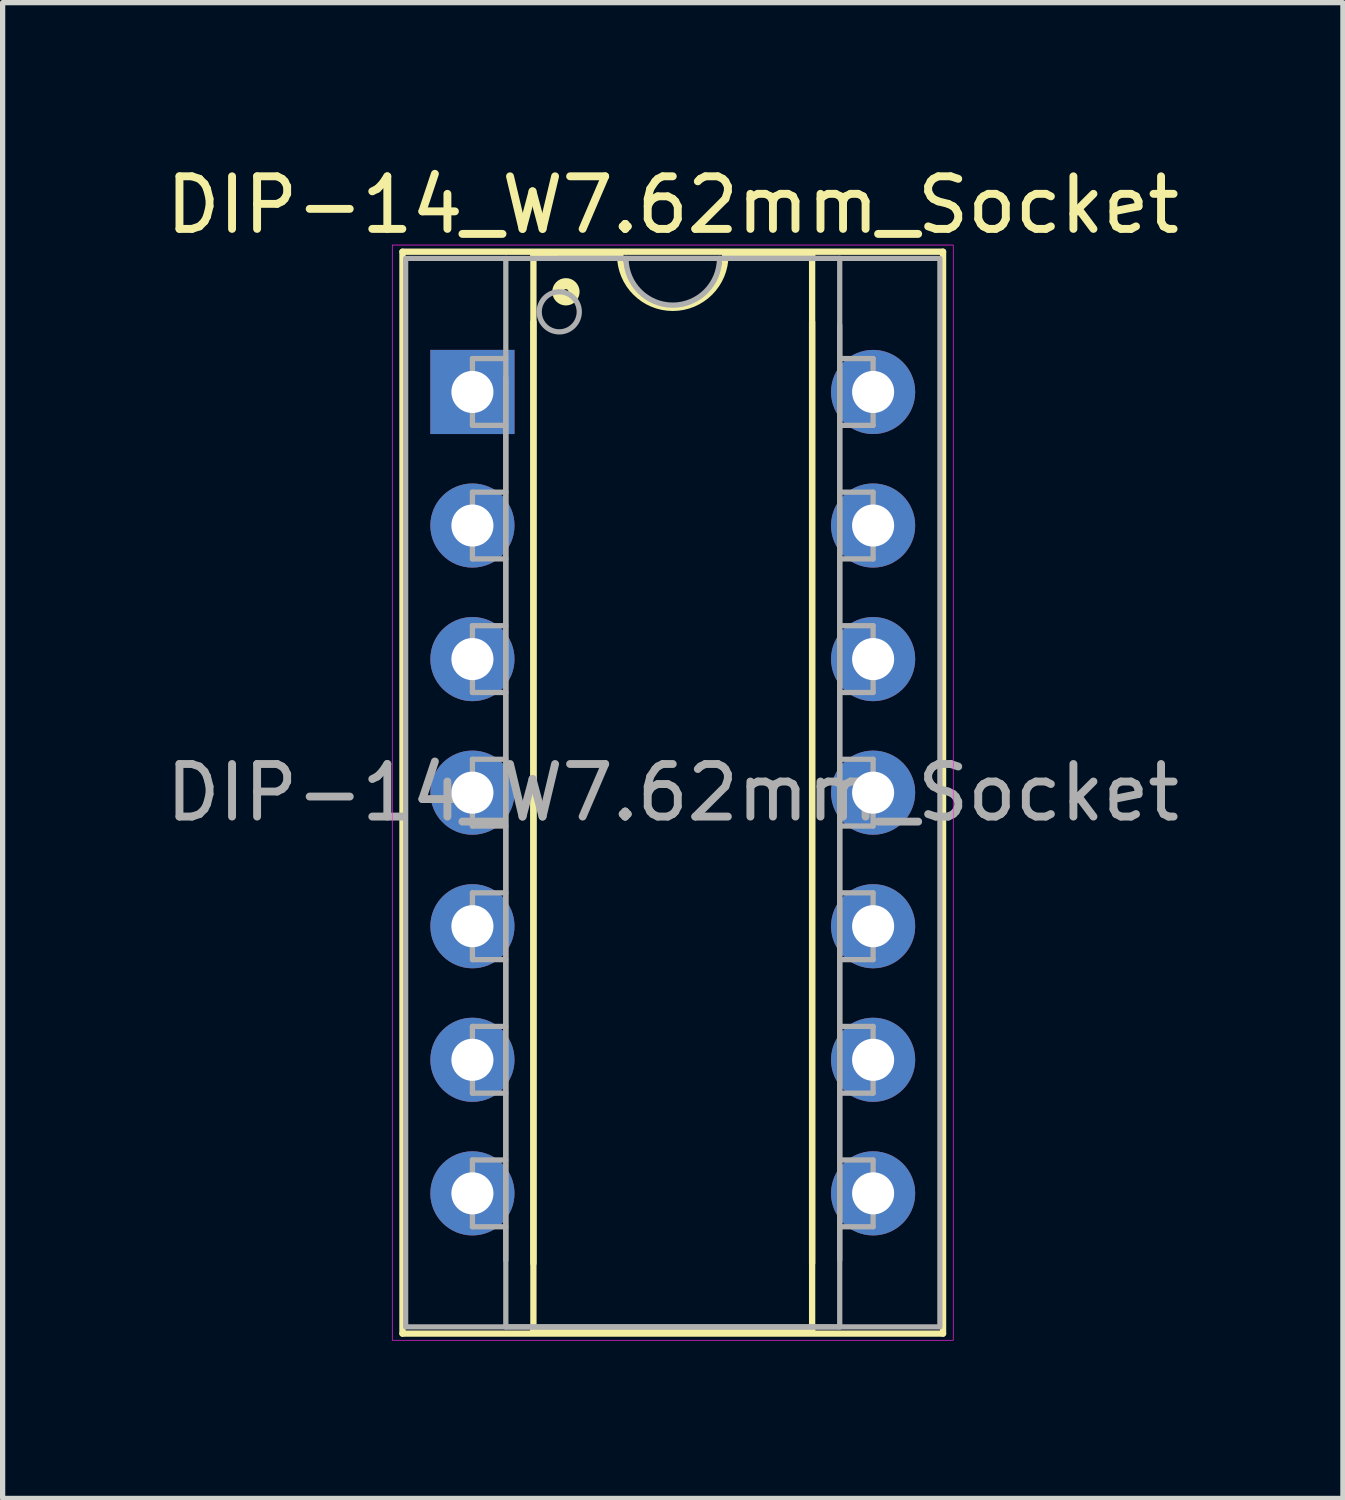
<source format=kicad_pcb>
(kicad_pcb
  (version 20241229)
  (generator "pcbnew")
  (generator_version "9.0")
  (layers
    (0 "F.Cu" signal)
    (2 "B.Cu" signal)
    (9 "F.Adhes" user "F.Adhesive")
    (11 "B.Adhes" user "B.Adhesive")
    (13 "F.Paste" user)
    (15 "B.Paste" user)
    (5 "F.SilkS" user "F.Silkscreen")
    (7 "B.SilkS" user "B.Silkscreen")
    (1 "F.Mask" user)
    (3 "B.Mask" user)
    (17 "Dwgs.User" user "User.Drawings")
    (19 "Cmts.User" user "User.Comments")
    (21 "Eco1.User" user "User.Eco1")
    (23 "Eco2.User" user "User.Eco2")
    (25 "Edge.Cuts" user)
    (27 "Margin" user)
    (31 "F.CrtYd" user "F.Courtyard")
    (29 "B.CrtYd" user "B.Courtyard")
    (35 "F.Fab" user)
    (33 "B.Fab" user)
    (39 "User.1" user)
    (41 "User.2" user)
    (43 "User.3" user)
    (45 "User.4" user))
  (footprint "DIP-14_W7.62mm_Socket"
    (layer "F.Cu")
    (at 5.934 4.404)
    (property "Reference" "DIP-14_W7.62mm_Socket" (at 3.81 -3.556 0) (layer "F.SilkS") (effects (font (size 1 1) (thickness 0.15))))
    (attr through_hole)
    (fp_line (start -1.33 -2.667) (end -1.33 17.907) (stroke (width 0.12) (type solid)) (layer "F.SilkS"))
    (fp_line (start -1.33 17.907) (end 8.95 17.907) (stroke (width 0.12) (type solid)) (layer "F.SilkS"))
    (fp_line (start 1.16 -2.6) (end 1.16 17.84) (stroke (width 0.12) (type solid)) (layer "F.SilkS"))
    (fp_line (start 1.16 -1.33) (end 1.16 16.57) (stroke (width 0.12) (type solid)) (layer "F.SilkS"))
    (fp_line (start 1.16 17.84) (end 6.46 17.84) (stroke (width 0.12) (type solid)) (layer "F.SilkS"))
    (fp_line (start 2.81 -2.6) (end 1.16 -2.6) (stroke (width 0.12) (type solid)) (layer "F.SilkS"))
    (fp_line (start 6.46 -2.6) (end 4.81 -2.6) (stroke (width 0.12) (type solid)) (layer "F.SilkS"))
    (fp_line (start 6.46 16.57) (end 6.46 -1.33) (stroke (width 0.12) (type solid)) (layer "F.SilkS"))
    (fp_line (start 6.46 17.84) (end 6.46 -2.6) (stroke (width 0.12) (type solid)) (layer "F.SilkS"))
    (fp_line (start 8.95 -2.667) (end -1.33 -2.667) (stroke (width 0.12) (type solid)) (layer "F.SilkS"))
    (fp_line (start 8.95 17.907) (end 8.95 -2.667) (stroke (width 0.12) (type solid)) (layer "F.SilkS"))
    (fp_arc (start 4.81 -2.6) (mid 3.81 -1.6) (end 2.81 -2.6) (stroke (width 0.12) (type solid)) (layer "F.SilkS"))
    (fp_circle (center 1.778 -1.905) (end 1.828 -1.905) (stroke (width 0.12) (type solid)) (fill no) (layer "F.SilkS"))
    (fp_circle (center 1.778 -1.905) (end 1.903 -1.905) (stroke (width 0.12) (type solid)) (fill no) (layer "F.SilkS"))
    (fp_circle (center 1.778 -1.905) (end 1.978 -1.905) (stroke (width 0.12) (type solid)) (fill no) (layer "F.SilkS"))
    (fp_rect (start -1.524 -2.794) (end 9.144 18.034) (stroke (width 0.013) (type solid)) (fill no) (layer "F.CrtYd"))
    (fp_line (start 0 -0.635) (end 0 0.635) (stroke (width 0.1) (type solid)) (layer "F.Fab"))
    (fp_line (start 0 -0.635) (end 0.635 -0.635) (stroke (width 0.1) (type solid)) (layer "F.Fab"))
    (fp_line (start 0 0.635) (end 0.635 0.635) (stroke (width 0.1) (type solid)) (layer "F.Fab"))
    (fp_line (start 0 1.905) (end 0 3.175) (stroke (width 0.1) (type solid)) (layer "F.Fab"))
    (fp_line (start 0 1.905) (end 0.635 1.905) (stroke (width 0.1) (type solid)) (layer "F.Fab"))
    (fp_line (start 0 3.175) (end 0.635 3.175) (stroke (width 0.1) (type solid)) (layer "F.Fab"))
    (fp_line (start 0 4.445) (end 0 5.715) (stroke (width 0.1) (type solid)) (layer "F.Fab"))
    (fp_line (start 0 4.445) (end 0.635 4.445) (stroke (width 0.1) (type solid)) (layer "F.Fab"))
    (fp_line (start 0 5.715) (end 0.635 5.715) (stroke (width 0.1) (type solid)) (layer "F.Fab"))
    (fp_line (start 0 6.985) (end 0 8.255) (stroke (width 0.1) (type solid)) (layer "F.Fab"))
    (fp_line (start 0 6.985) (end 0.635 6.985) (stroke (width 0.1) (type solid)) (layer "F.Fab"))
    (fp_line (start 0 8.255) (end 0.635 8.255) (stroke (width 0.1) (type solid)) (layer "F.Fab"))
    (fp_line (start 0 9.525) (end 0 10.795) (stroke (width 0.1) (type solid)) (layer "F.Fab"))
    (fp_line (start 0 9.525) (end 0.635 9.525) (stroke (width 0.1) (type solid)) (layer "F.Fab"))
    (fp_line (start 0 10.795) (end 0.635 10.795) (stroke (width 0.1) (type solid)) (layer "F.Fab"))
    (fp_line (start 0 12.065) (end 0 13.335) (stroke (width 0.1) (type solid)) (layer "F.Fab"))
    (fp_line (start 0 12.065) (end 0.635 12.065) (stroke (width 0.1) (type solid)) (layer "F.Fab"))
    (fp_line (start 0 13.335) (end 0.635 13.335) (stroke (width 0.1) (type solid)) (layer "F.Fab"))
    (fp_line (start 0 14.605) (end 0 15.875) (stroke (width 0.1) (type solid)) (layer "F.Fab"))
    (fp_line (start 0 14.605) (end 0.635 14.605) (stroke (width 0.1) (type solid)) (layer "F.Fab"))
    (fp_line (start 0 15.875) (end 0.635 15.875) (stroke (width 0.1) (type solid)) (layer "F.Fab"))
    (fp_line (start 0.635 16.51) (end 0.635 -0.27) (stroke (width 0.1) (type solid)) (layer "F.Fab"))
    (fp_line (start 0.635 17.78) (end 0.635 -2.54) (stroke (width 0.1) (type solid)) (layer "F.Fab"))
    (fp_line (start 1.635 -2.54) (end 6.985 -2.54) (stroke (width 0.1) (type solid)) (layer "F.Fab"))
    (fp_line (start 6.985 -2.54) (end 6.985 17.78) (stroke (width 0.1) (type solid)) (layer "F.Fab"))
    (fp_line (start 6.985 -1.27) (end 6.985 16.51) (stroke (width 0.1) (type solid)) (layer "F.Fab"))
    (fp_line (start 6.985 17.78) (end 0.635 17.78) (stroke (width 0.1) (type solid)) (layer "F.Fab"))
    (fp_line (start 7.62 -0.635) (end 6.985 -0.635) (stroke (width 0.1) (type solid)) (layer "F.Fab"))
    (fp_line (start 7.62 0.635) (end 6.985 0.635) (stroke (width 0.1) (type solid)) (layer "F.Fab"))
    (fp_line (start 7.62 0.635) (end 7.62 -0.635) (stroke (width 0.1) (type solid)) (layer "F.Fab"))
    (fp_line (start 7.62 1.905) (end 6.985 1.905) (stroke (width 0.1) (type solid)) (layer "F.Fab"))
    (fp_line (start 7.62 3.175) (end 6.985 3.175) (stroke (width 0.1) (type solid)) (layer "F.Fab"))
    (fp_line (start 7.62 3.175) (end 7.62 1.905) (stroke (width 0.1) (type solid)) (layer "F.Fab"))
    (fp_line (start 7.62 4.445) (end 6.985 4.445) (stroke (width 0.1) (type solid)) (layer "F.Fab"))
    (fp_line (start 7.62 5.715) (end 6.985 5.715) (stroke (width 0.1) (type solid)) (layer "F.Fab"))
    (fp_line (start 7.62 5.715) (end 7.62 4.445) (stroke (width 0.1) (type solid)) (layer "F.Fab"))
    (fp_line (start 7.62 6.985) (end 6.985 6.985) (stroke (width 0.1) (type solid)) (layer "F.Fab"))
    (fp_line (start 7.62 8.255) (end 6.985 8.255) (stroke (width 0.1) (type solid)) (layer "F.Fab"))
    (fp_line (start 7.62 8.255) (end 7.62 6.985) (stroke (width 0.1) (type solid)) (layer "F.Fab"))
    (fp_line (start 7.62 9.525) (end 6.985 9.525) (stroke (width 0.1) (type solid)) (layer "F.Fab"))
    (fp_line (start 7.62 10.795) (end 6.985 10.795) (stroke (width 0.1) (type solid)) (layer "F.Fab"))
    (fp_line (start 7.62 10.795) (end 7.62 9.525) (stroke (width 0.1) (type solid)) (layer "F.Fab"))
    (fp_line (start 7.62 12.065) (end 6.985 12.065) (stroke (width 0.1) (type solid)) (layer "F.Fab"))
    (fp_line (start 7.62 13.335) (end 6.985 13.335) (stroke (width 0.1) (type solid)) (layer "F.Fab"))
    (fp_line (start 7.62 13.335) (end 7.62 12.065) (stroke (width 0.1) (type solid)) (layer "F.Fab"))
    (fp_line (start 7.62 14.605) (end 6.985 14.605) (stroke (width 0.1) (type solid)) (layer "F.Fab"))
    (fp_line (start 7.62 15.875) (end 6.985 15.875) (stroke (width 0.1) (type solid)) (layer "F.Fab"))
    (fp_line (start 7.62 15.875) (end 7.62 14.605) (stroke (width 0.1) (type solid)) (layer "F.Fab"))
    (fp_rect (start -1.27 -2.54) (end 8.89 17.78) (stroke (width 0.1) (type solid)) (fill no) (layer "F.Fab"))
    (fp_arc (start 4.699 -2.54) (mid 3.81 -1.651) (end 2.921 -2.54) (stroke (width 0.1) (type solid)) (layer "F.Fab"))
    (fp_circle (center 1.651 -1.524) (end 2.032 -1.524) (stroke (width 0.1) (type solid)) (fill no) (layer "F.Fab"))
    (fp_text user "${REFERENCE}" (at 3.81 7.62 0) (layer "F.Fab") (effects (font (size 1 1) (thickness 0.15))))
    (pad "1" thru_hole rect (at 0 0) (size 1.6 1.6) (drill 0.8) (layers "*.Cu" "*.Mask"))
    (pad "2" thru_hole oval (at 0 2.54) (size 1.6 1.6) (drill 0.8) (layers "*.Cu" "*.Mask"))
    (pad "3" thru_hole oval (at 0 5.08) (size 1.6 1.6) (drill 0.8) (layers "*.Cu" "*.Mask"))
    (pad "4" thru_hole oval (at 0 7.62) (size 1.6 1.6) (drill 0.8) (layers "*.Cu" "*.Mask"))
    (pad "5" thru_hole oval (at 0 10.16) (size 1.6 1.6) (drill 0.8) (layers "*.Cu" "*.Mask"))
    (pad "6" thru_hole oval (at 0 12.7) (size 1.6 1.6) (drill 0.8) (layers "*.Cu" "*.Mask"))
    (pad "7" thru_hole oval (at 0 15.24) (size 1.6 1.6) (drill 0.8) (layers "*.Cu" "*.Mask"))
    (pad "8" thru_hole oval (at 7.62 15.24) (size 1.6 1.6) (drill 0.8) (layers "*.Cu" "*.Mask"))
    (pad "9" thru_hole oval (at 7.62 12.7) (size 1.6 1.6) (drill 0.8) (layers "*.Cu" "*.Mask"))
    (pad "10" thru_hole oval (at 7.62 10.16) (size 1.6 1.6) (drill 0.8) (layers "*.Cu" "*.Mask"))
    (pad "11" thru_hole oval (at 7.62 7.62) (size 1.6 1.6) (drill 0.8) (layers "*.Cu" "*.Mask"))
    (pad "12" thru_hole oval (at 7.62 5.08) (size 1.6 1.6) (drill 0.8) (layers "*.Cu" "*.Mask"))
    (pad "13" thru_hole oval (at 7.62 2.54) (size 1.6 1.6) (drill 0.8) (layers "*.Cu" "*.Mask"))
    (pad "14" thru_hole oval (at 7.62 0) (size 1.6 1.6) (drill 0.8) (layers "*.Cu" "*.Mask")))
  (gr_rect
    (start -3 -3)
    (end 22.488 25.445)
    (stroke (width 0.1) (type default))
    (fill no)
    (layer "Edge.Cuts")))
</source>
